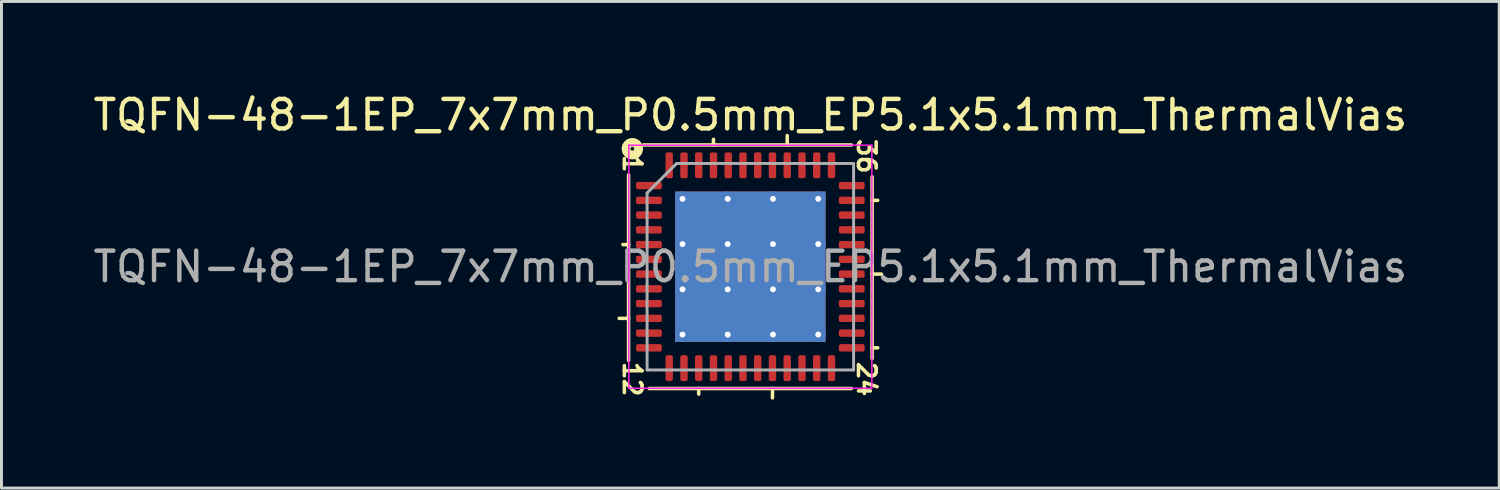
<source format=kicad_pcb>
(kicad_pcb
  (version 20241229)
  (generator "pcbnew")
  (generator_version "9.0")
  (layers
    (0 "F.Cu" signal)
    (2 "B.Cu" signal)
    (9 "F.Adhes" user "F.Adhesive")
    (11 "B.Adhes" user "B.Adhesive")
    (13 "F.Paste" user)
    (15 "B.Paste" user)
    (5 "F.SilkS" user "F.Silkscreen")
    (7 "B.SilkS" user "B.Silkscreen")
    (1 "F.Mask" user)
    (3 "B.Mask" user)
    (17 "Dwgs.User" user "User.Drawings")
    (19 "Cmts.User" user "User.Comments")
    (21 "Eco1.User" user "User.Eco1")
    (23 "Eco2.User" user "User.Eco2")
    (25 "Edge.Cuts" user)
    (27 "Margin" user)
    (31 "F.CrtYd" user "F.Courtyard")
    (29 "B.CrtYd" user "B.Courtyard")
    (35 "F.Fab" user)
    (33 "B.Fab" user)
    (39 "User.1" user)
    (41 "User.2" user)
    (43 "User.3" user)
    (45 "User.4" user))
  (footprint "TQFN-48-1EP_7x7mm_P0.5mm_EP5.1x5.1mm_ThermalVias"
    (layer "F.Cu")
    (at 22.387 5.992)
    (property "Reference" "TQFN-48-1EP_7x7mm_P0.5mm_EP5.1x5.1mm_ThermalVias" (at 0 -5.144 0) (layer "F.SilkS") (effects (font (size 1 1) (thickness 0.15))))
    (attr smd)
    (fp_line (start -4.128 -3.111) (end -4.128 3.175) (stroke (width 0.12) (type solid)) (layer "F.SilkS"))
    (fp_line (start -4.128 -0.75) (end -4.318 -0.75) (stroke (width 0.12) (type solid)) (layer "F.SilkS"))
    (fp_line (start -4.128 1.75) (end -4.445 1.75) (stroke (width 0.12) (type solid)) (layer "F.SilkS"))
    (fp_line (start -3.429 4.128) (end 3.429 4.128) (stroke (width 0.12) (type solid)) (layer "F.SilkS"))
    (fp_line (start -1.75 4.128) (end -1.75 4.318) (stroke (width 0.12) (type solid)) (layer "F.SilkS"))
    (fp_line (start -1.25 -4.128) (end -1.25 -4.318) (stroke (width 0.12) (type solid)) (layer "F.SilkS"))
    (fp_line (start 0.75 4.128) (end 0.75 4.445) (stroke (width 0.12) (type solid)) (layer "F.SilkS"))
    (fp_line (start 1.25 -4.128) (end 1.25 -4.445) (stroke (width 0.12) (type solid)) (layer "F.SilkS"))
    (fp_line (start 3.429 -4.128) (end -3.619 -4.128) (stroke (width 0.12) (type solid)) (layer "F.SilkS"))
    (fp_line (start 4.128 -2.25) (end 4.318 -2.25) (stroke (width 0.12) (type solid)) (layer "F.SilkS"))
    (fp_line (start 4.128 0.25) (end 4.445 0.25) (stroke (width 0.12) (type solid)) (layer "F.SilkS"))
    (fp_line (start 4.128 2.75) (end 4.318 2.75) (stroke (width 0.12) (type solid)) (layer "F.SilkS"))
    (fp_line (start 4.128 3.111) (end 4.128 -3.048) (stroke (width 0.12) (type solid)) (layer "F.SilkS"))
    (fp_circle (center -4 -4) (end -3.937 -4) (stroke (width 0.3) (type solid)) (fill no) (layer "F.SilkS"))
    (fp_line (start -4.12 -4.12) (end -4.12 4.12) (stroke (width 0.05) (type solid)) (layer "F.CrtYd"))
    (fp_line (start -4.12 4.12) (end 4.12 4.12) (stroke (width 0.05) (type solid)) (layer "F.CrtYd"))
    (fp_line (start 4.12 -4.12) (end -4.12 -4.12) (stroke (width 0.05) (type solid)) (layer "F.CrtYd"))
    (fp_line (start 4.12 4.12) (end 4.12 -4.12) (stroke (width 0.05) (type solid)) (layer "F.CrtYd"))
    (fp_line (start -3.5 -2.5) (end -2.5 -3.5) (stroke (width 0.1) (type solid)) (layer "F.Fab"))
    (fp_line (start -3.5 3.5) (end -3.5 -2.5) (stroke (width 0.1) (type solid)) (layer "F.Fab"))
    (fp_line (start -2.5 -3.5) (end 3.5 -3.5) (stroke (width 0.1) (type solid)) (layer "F.Fab"))
    (fp_line (start 3.5 -3.5) (end 3.5 3.5) (stroke (width 0.1) (type solid)) (layer "F.Fab"))
    (fp_line (start 3.5 3.5) (end -3.5 3.5) (stroke (width 0.1) (type solid)) (layer "F.Fab"))
    (fp_text user "36" (at 3.937 -3.747 270) (unlocked yes) (layer "F.SilkS") (effects (font (size 0.6 0.6) (thickness 0.12))))
    (fp_text user "1" (at -4 -3.493 270) (unlocked yes) (layer "F.SilkS") (effects (font (size 0.6 0.6) (thickness 0.12))))
    (fp_text user "24" (at 3.937 3.81 270) (unlocked yes) (layer "F.SilkS") (effects (font (size 0.6 0.6) (thickness 0.12))))
    (fp_text user "12" (at -4 3.81 270) (unlocked yes) (layer "F.SilkS") (effects (font (size 0.6 0.6) (thickness 0.12))))
    (fp_text user "${REFERENCE}" (at 0 0 0) (layer "F.Fab") (effects (font (size 1 1) (thickness 0.15))))
    (pad "" smd roundrect (at -1.7 -1.7) (size 1.47 1.47) (layers "F.Paste") (roundrect_rratio 0.17))
    (pad "" smd roundrect (at -1.7 0) (size 1.47 1.47) (layers "F.Paste") (roundrect_rratio 0.17))
    (pad "" smd roundrect (at -1.7 1.7) (size 1.47 1.47) (layers "F.Paste") (roundrect_rratio 0.17))
    (pad "" smd roundrect (at 0 -1.7) (size 1.47 1.47) (layers "F.Paste") (roundrect_rratio 0.17))
    (pad "" smd roundrect (at 0 0) (size 1.47 1.47) (layers "F.Paste") (roundrect_rratio 0.17))
    (pad "" smd roundrect (at 0 1.7) (size 1.47 1.47) (layers "F.Paste") (roundrect_rratio 0.17))
    (pad "" smd roundrect (at 1.7 -1.7) (size 1.47 1.47) (layers "F.Paste") (roundrect_rratio 0.17))
    (pad "" smd roundrect (at 1.7 0) (size 1.47 1.47) (layers "F.Paste") (roundrect_rratio 0.17))
    (pad "" smd roundrect (at 1.7 1.7) (size 1.47 1.47) (layers "F.Paste") (roundrect_rratio 0.17))
    (pad "1" smd roundrect (at -3.438 -2.75) (size 0.875 0.25) (layers "F.Cu" "F.Mask" "F.Paste") (roundrect_rratio 0.25))
    (pad "2" smd roundrect (at -3.438 -2.25) (size 0.875 0.25) (layers "F.Cu" "F.Mask" "F.Paste") (roundrect_rratio 0.25))
    (pad "3" smd roundrect (at -3.438 -1.75) (size 0.875 0.25) (layers "F.Cu" "F.Mask" "F.Paste") (roundrect_rratio 0.25))
    (pad "4" smd roundrect (at -3.438 -1.25) (size 0.875 0.25) (layers "F.Cu" "F.Mask" "F.Paste") (roundrect_rratio 0.25))
    (pad "5" smd roundrect (at -3.438 -0.75) (size 0.875 0.25) (layers "F.Cu" "F.Mask" "F.Paste") (roundrect_rratio 0.25))
    (pad "6" smd roundrect (at -3.438 -0.25) (size 0.875 0.25) (layers "F.Cu" "F.Mask" "F.Paste") (roundrect_rratio 0.25))
    (pad "7" smd roundrect (at -3.438 0.25) (size 0.875 0.25) (layers "F.Cu" "F.Mask" "F.Paste") (roundrect_rratio 0.25))
    (pad "8" smd roundrect (at -3.438 0.75) (size 0.875 0.25) (layers "F.Cu" "F.Mask" "F.Paste") (roundrect_rratio 0.25))
    (pad "9" smd roundrect (at -3.438 1.25) (size 0.875 0.25) (layers "F.Cu" "F.Mask" "F.Paste") (roundrect_rratio 0.25))
    (pad "10" smd roundrect (at -3.438 1.75) (size 0.875 0.25) (layers "F.Cu" "F.Mask" "F.Paste") (roundrect_rratio 0.25))
    (pad "11" smd roundrect (at -3.438 2.25) (size 0.875 0.25) (layers "F.Cu" "F.Mask" "F.Paste") (roundrect_rratio 0.25))
    (pad "12" smd roundrect (at -3.438 2.75) (size 0.875 0.25) (layers "F.Cu" "F.Mask" "F.Paste") (roundrect_rratio 0.25))
    (pad "13" smd roundrect (at -2.75 3.438) (size 0.25 0.875) (layers "F.Cu" "F.Mask" "F.Paste") (roundrect_rratio 0.25))
    (pad "14" smd roundrect (at -2.25 3.438) (size 0.25 0.875) (layers "F.Cu" "F.Mask" "F.Paste") (roundrect_rratio 0.25))
    (pad "15" smd roundrect (at -1.75 3.438) (size 0.25 0.875) (layers "F.Cu" "F.Mask" "F.Paste") (roundrect_rratio 0.25))
    (pad "16" smd roundrect (at -1.25 3.438) (size 0.25 0.875) (layers "F.Cu" "F.Mask" "F.Paste") (roundrect_rratio 0.25))
    (pad "17" smd roundrect (at -0.75 3.438) (size 0.25 0.875) (layers "F.Cu" "F.Mask" "F.Paste") (roundrect_rratio 0.25))
    (pad "18" smd roundrect (at -0.25 3.438) (size 0.25 0.875) (layers "F.Cu" "F.Mask" "F.Paste") (roundrect_rratio 0.25))
    (pad "19" smd roundrect (at 0.25 3.438) (size 0.25 0.875) (layers "F.Cu" "F.Mask" "F.Paste") (roundrect_rratio 0.25))
    (pad "20" smd roundrect (at 0.75 3.438) (size 0.25 0.875) (layers "F.Cu" "F.Mask" "F.Paste") (roundrect_rratio 0.25))
    (pad "21" smd roundrect (at 1.25 3.438) (size 0.25 0.875) (layers "F.Cu" "F.Mask" "F.Paste") (roundrect_rratio 0.25))
    (pad "22" smd roundrect (at 1.75 3.438) (size 0.25 0.875) (layers "F.Cu" "F.Mask" "F.Paste") (roundrect_rratio 0.25))
    (pad "23" smd roundrect (at 2.25 3.438) (size 0.25 0.875) (layers "F.Cu" "F.Mask" "F.Paste") (roundrect_rratio 0.25))
    (pad "24" smd roundrect (at 2.75 3.438) (size 0.25 0.875) (layers "F.Cu" "F.Mask" "F.Paste") (roundrect_rratio 0.25))
    (pad "25" smd roundrect (at 3.438 2.75) (size 0.875 0.25) (layers "F.Cu" "F.Mask" "F.Paste") (roundrect_rratio 0.25))
    (pad "26" smd roundrect (at 3.438 2.25) (size 0.875 0.25) (layers "F.Cu" "F.Mask" "F.Paste") (roundrect_rratio 0.25))
    (pad "27" smd roundrect (at 3.438 1.75) (size 0.875 0.25) (layers "F.Cu" "F.Mask" "F.Paste") (roundrect_rratio 0.25))
    (pad "28" smd roundrect (at 3.438 1.25) (size 0.875 0.25) (layers "F.Cu" "F.Mask" "F.Paste") (roundrect_rratio 0.25))
    (pad "29" smd roundrect (at 3.438 0.75) (size 0.875 0.25) (layers "F.Cu" "F.Mask" "F.Paste") (roundrect_rratio 0.25))
    (pad "30" smd roundrect (at 3.438 0.25) (size 0.875 0.25) (layers "F.Cu" "F.Mask" "F.Paste") (roundrect_rratio 0.25))
    (pad "31" smd roundrect (at 3.438 -0.25) (size 0.875 0.25) (layers "F.Cu" "F.Mask" "F.Paste") (roundrect_rratio 0.25))
    (pad "32" smd roundrect (at 3.438 -0.75) (size 0.875 0.25) (layers "F.Cu" "F.Mask" "F.Paste") (roundrect_rratio 0.25))
    (pad "33" smd roundrect (at 3.438 -1.25) (size 0.875 0.25) (layers "F.Cu" "F.Mask" "F.Paste") (roundrect_rratio 0.25))
    (pad "34" smd roundrect (at 3.438 -1.75) (size 0.875 0.25) (layers "F.Cu" "F.Mask" "F.Paste") (roundrect_rratio 0.25))
    (pad "35" smd roundrect (at 3.438 -2.25) (size 0.875 0.25) (layers "F.Cu" "F.Mask" "F.Paste") (roundrect_rratio 0.25))
    (pad "36" smd roundrect (at 3.438 -2.75) (size 0.875 0.25) (layers "F.Cu" "F.Mask" "F.Paste") (roundrect_rratio 0.25))
    (pad "37" smd roundrect (at 2.75 -3.438) (size 0.25 0.875) (layers "F.Cu" "F.Mask" "F.Paste") (roundrect_rratio 0.25))
    (pad "38" smd roundrect (at 2.25 -3.438) (size 0.25 0.875) (layers "F.Cu" "F.Mask" "F.Paste") (roundrect_rratio 0.25))
    (pad "39" smd roundrect (at 1.75 -3.438) (size 0.25 0.875) (layers "F.Cu" "F.Mask" "F.Paste") (roundrect_rratio 0.25))
    (pad "40" smd roundrect (at 1.25 -3.438) (size 0.25 0.875) (layers "F.Cu" "F.Mask" "F.Paste") (roundrect_rratio 0.25))
    (pad "41" smd roundrect (at 0.75 -3.438) (size 0.25 0.875) (layers "F.Cu" "F.Mask" "F.Paste") (roundrect_rratio 0.25))
    (pad "42" smd roundrect (at 0.25 -3.438) (size 0.25 0.875) (layers "F.Cu" "F.Mask" "F.Paste") (roundrect_rratio 0.25))
    (pad "43" smd roundrect (at -0.25 -3.438) (size 0.25 0.875) (layers "F.Cu" "F.Mask" "F.Paste") (roundrect_rratio 0.25))
    (pad "44" smd roundrect (at -0.75 -3.438) (size 0.25 0.875) (layers "F.Cu" "F.Mask" "F.Paste") (roundrect_rratio 0.25))
    (pad "45" smd roundrect (at -1.25 -3.438) (size 0.25 0.875) (layers "F.Cu" "F.Mask" "F.Paste") (roundrect_rratio 0.25))
    (pad "46" smd roundrect (at -1.75 -3.438) (size 0.25 0.875) (layers "F.Cu" "F.Mask" "F.Paste") (roundrect_rratio 0.25))
    (pad "47" smd roundrect (at -2.25 -3.438) (size 0.25 0.875) (layers "F.Cu" "F.Mask" "F.Paste") (roundrect_rratio 0.25))
    (pad "48" smd roundrect (at -2.75 -3.438) (size 0.25 0.875) (layers "F.Cu" "F.Mask" "F.Paste") (roundrect_rratio 0.25))
    (pad "49" thru_hole circle (at -2.3 -2.3) (size 0.5 0.5) (drill 0.2) (layers "*.Cu"))
    (pad "49" thru_hole circle (at -2.3 -0.767) (size 0.5 0.5) (drill 0.2) (layers "*.Cu"))
    (pad "49" thru_hole circle (at -2.3 0.767) (size 0.5 0.5) (drill 0.2) (layers "*.Cu"))
    (pad "49" thru_hole circle (at -2.3 2.3) (size 0.5 0.5) (drill 0.2) (layers "*.Cu"))
    (pad "49" thru_hole circle (at -0.767 -2.3) (size 0.5 0.5) (drill 0.2) (layers "*.Cu"))
    (pad "49" thru_hole circle (at -0.767 -0.767) (size 0.5 0.5) (drill 0.2) (layers "*.Cu"))
    (pad "49" thru_hole circle (at -0.767 0.767) (size 0.5 0.5) (drill 0.2) (layers "*.Cu"))
    (pad "49" thru_hole circle (at -0.767 2.3) (size 0.5 0.5) (drill 0.2) (layers "*.Cu"))
    (pad "49" smd rect (at 0 0) (size 5.1 5.1) (layers "F.Cu" "F.Mask"))
    (pad "49" smd rect (at 0 0) (size 5.1 5.1) (layers "B.Cu" "B.Mask"))
    (pad "49" thru_hole circle (at 0.767 -2.3) (size 0.5 0.5) (drill 0.2) (layers "*.Cu"))
    (pad "49" thru_hole circle (at 0.767 -0.767) (size 0.5 0.5) (drill 0.2) (layers "*.Cu"))
    (pad "49" thru_hole circle (at 0.767 0.767) (size 0.5 0.5) (drill 0.2) (layers "*.Cu"))
    (pad "49" thru_hole circle (at 0.767 2.3) (size 0.5 0.5) (drill 0.2) (layers "*.Cu"))
    (pad "49" thru_hole circle (at 2.3 -2.3) (size 0.5 0.5) (drill 0.2) (layers "*.Cu"))
    (pad "49" thru_hole circle (at 2.3 -0.767) (size 0.5 0.5) (drill 0.2) (layers "*.Cu"))
    (pad "49" thru_hole circle (at 2.3 0.767) (size 0.5 0.5) (drill 0.2) (layers "*.Cu"))
    (pad "49" thru_hole circle (at 2.3 2.3) (size 0.5 0.5) (drill 0.2) (layers "*.Cu")))
  (gr_rect
    (start -3 -3)
    (end 47.774 13.497)
    (stroke (width 0.1) (type default))
    (fill no)
    (layer "Edge.Cuts")))
</source>
